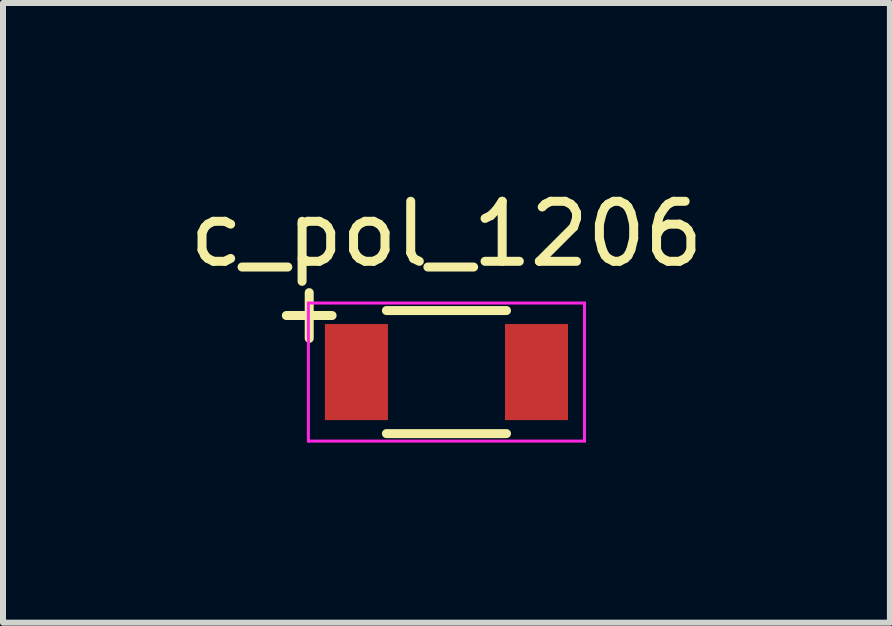
<source format=kicad_pcb>
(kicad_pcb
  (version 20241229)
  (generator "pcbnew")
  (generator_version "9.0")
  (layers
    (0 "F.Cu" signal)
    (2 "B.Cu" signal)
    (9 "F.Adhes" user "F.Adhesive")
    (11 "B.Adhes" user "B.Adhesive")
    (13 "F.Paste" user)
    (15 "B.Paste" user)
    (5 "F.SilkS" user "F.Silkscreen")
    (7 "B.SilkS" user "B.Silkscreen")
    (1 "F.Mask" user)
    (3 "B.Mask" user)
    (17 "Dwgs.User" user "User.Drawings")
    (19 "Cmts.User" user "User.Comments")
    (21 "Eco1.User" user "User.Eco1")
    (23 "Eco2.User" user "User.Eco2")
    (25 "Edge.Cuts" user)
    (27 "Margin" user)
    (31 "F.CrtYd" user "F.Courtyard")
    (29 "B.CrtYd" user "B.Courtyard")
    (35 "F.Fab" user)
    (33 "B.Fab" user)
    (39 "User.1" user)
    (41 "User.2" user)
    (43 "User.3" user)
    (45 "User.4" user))
  (footprint "c_pol_1206"
    (layer "F.Cu")
    (at 4.387 3.148)
    (property "Reference" "c_pol_1206" (at 0 -2.3 0) (layer "F.SilkS") (effects (font (size 1 1) (thickness 0.15))))
    (attr smd)
    (fp_line (start -1 1.025) (end 1 1.025) (stroke (width 0.15) (type solid)) (layer "F.SilkS"))
    (fp_line (start 1 -1.025) (end -1 -1.025) (stroke (width 0.15) (type solid)) (layer "F.SilkS"))
    (fp_line (start -2.3 -1.15) (end -2.3 1.15) (stroke (width 0.05) (type solid)) (layer "F.CrtYd"))
    (fp_line (start -2.3 -1.15) (end 2.3 -1.15) (stroke (width 0.05) (type solid)) (layer "F.CrtYd"))
    (fp_line (start -2.3 1.15) (end 2.3 1.15) (stroke (width 0.05) (type solid)) (layer "F.CrtYd"))
    (fp_line (start 2.3 -1.15) (end 2.3 1.15) (stroke (width 0.05) (type solid)) (layer "F.CrtYd"))
    (fp_text user "+" (at -2.286 -1.016 0) (layer "F.SilkS") (effects (font (size 1 1) (thickness 0.15))))
    (pad "1" smd rect (at -1.5 0) (size 1.05 1.6) (layers "F.Cu" "F.Mask" "F.Paste"))
    (pad "2" smd rect (at 1.5 0) (size 1.05 1.6) (layers "F.Cu" "F.Mask" "F.Paste")))
  (gr_rect
    (start -3 -3)
    (end 11.774 7.323)
    (stroke (width 0.1) (type default))
    (fill no)
    (layer "Edge.Cuts")))
</source>
